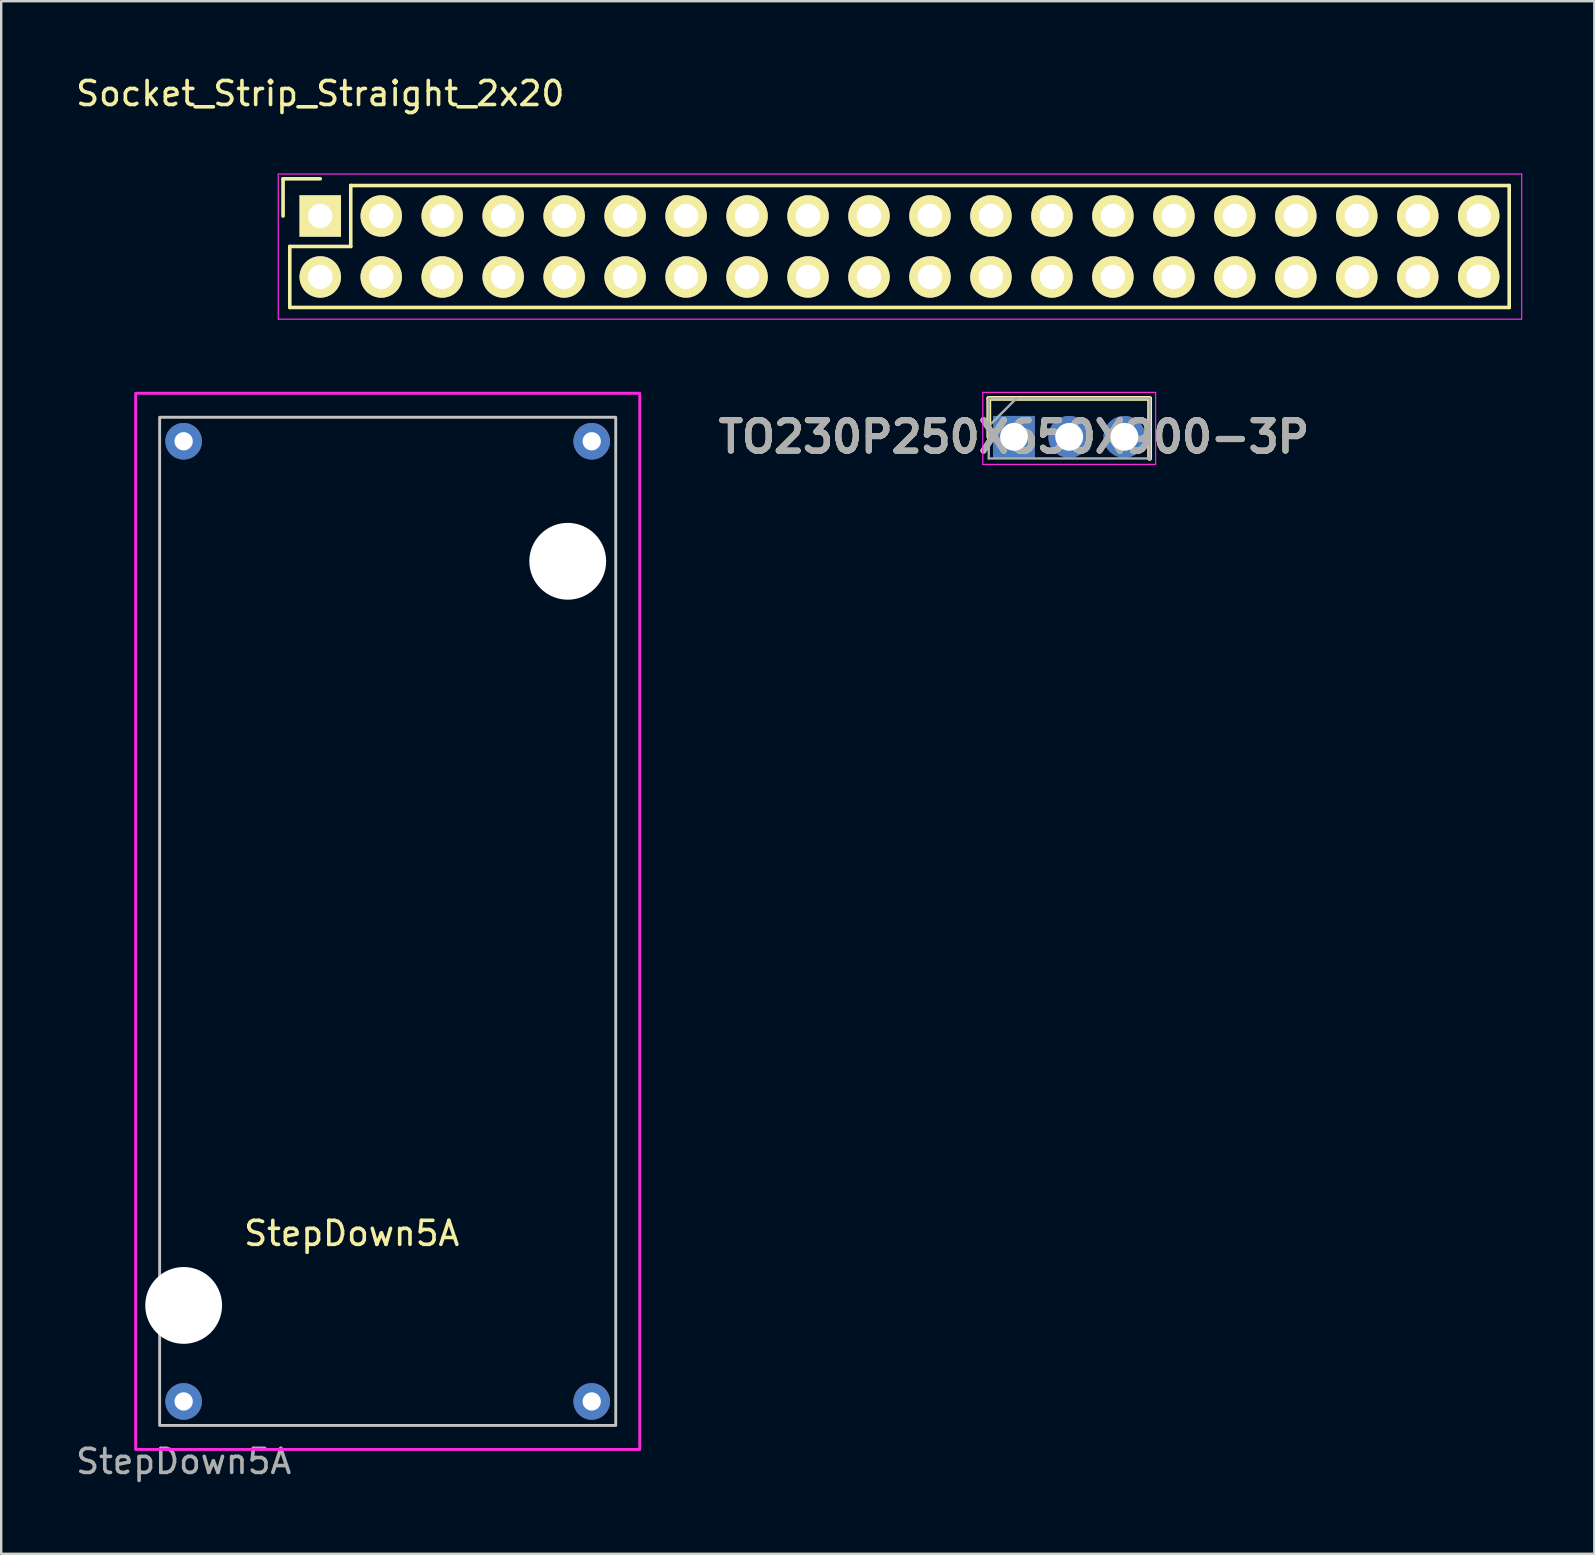
<source format=kicad_pcb>
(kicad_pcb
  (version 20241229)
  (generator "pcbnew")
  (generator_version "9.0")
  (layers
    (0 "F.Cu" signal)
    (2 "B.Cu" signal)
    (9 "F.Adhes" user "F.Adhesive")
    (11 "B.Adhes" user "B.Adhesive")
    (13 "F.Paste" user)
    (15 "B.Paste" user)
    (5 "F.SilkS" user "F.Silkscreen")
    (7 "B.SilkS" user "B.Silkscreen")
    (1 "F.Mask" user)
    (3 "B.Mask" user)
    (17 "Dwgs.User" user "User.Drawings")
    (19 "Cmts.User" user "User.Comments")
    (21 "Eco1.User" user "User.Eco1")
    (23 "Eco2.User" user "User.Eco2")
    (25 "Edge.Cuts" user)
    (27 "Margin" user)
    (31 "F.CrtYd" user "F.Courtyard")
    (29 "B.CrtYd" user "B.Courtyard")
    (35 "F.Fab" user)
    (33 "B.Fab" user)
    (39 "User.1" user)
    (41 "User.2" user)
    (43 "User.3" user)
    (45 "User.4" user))
  (footprint "StepDown5A"
    (layer "F.Cu")
    (at 4.601 55.333)
    (property "Reference" "StepDown5A" (at 7 -7 0) (unlocked yes) (layer "F.SilkS") (effects (font (size 1 1) (thickness 0.15))))
    (attr through_hole)
    (fp_rect (start -1 1) (end 18 -41) (stroke (width 0.12) (type solid)) (fill no) (layer "Dwgs.User"))
    (fp_rect (start -2 2) (end 19 -42) (stroke (width 0.12) (type solid)) (fill no) (layer "F.CrtYd"))
    (fp_text user "${REFERENCE}" (at 0 2.5 0) (unlocked yes) (layer "F.Fab") (effects (font (size 1 1) (thickness 0.15))))
    (pad "" np_thru_hole circle (at 0 -4) (size 3.2 3.2) (drill 3.2) (layers "*.Cu" "*.Mask"))
    (pad "" np_thru_hole circle (at 16 -35) (size 3.2 3.2) (drill 3.2) (layers "*.Cu" "*.Mask"))
    (pad "1" thru_hole circle (at 0 0) (size 1.524 1.524) (drill 0.762) (layers "*.Cu" "*.Mask"))
    (pad "2" thru_hole circle (at 17 -40) (size 1.524 1.524) (drill 0.762) (layers "*.Cu" "*.Mask"))
    (pad "2" thru_hole circle (at 17 0) (size 1.524 1.524) (drill 0.762) (layers "*.Cu" "*.Mask"))
    (pad "3" thru_hole circle (at 0 -40) (size 1.524 1.524) (drill 0.762) (layers "*.Cu" "*.Mask")))
  (footprint "TO230P250X650X900-3P"
    (layer "F.Cu")
    (at 39.192 15.148)
    (property "Reference" "TO230P250X650X900-3P" (at 0 0 0) (layer "F.SilkS") (effects (font (size 1.27 1.27) (thickness 0.254))))
    (attr through_hole)
    (fp_line (start -1.05 -1.6) (end -1.05 0) (stroke (width 0.2) (type solid)) (layer "F.SilkS"))
    (fp_line (start 5.65 -1.6) (end -1.05 -1.6) (stroke (width 0.2) (type solid)) (layer "F.SilkS"))
    (fp_line (start 5.65 0.9) (end 5.65 -1.6) (stroke (width 0.2) (type solid)) (layer "F.SilkS"))
    (fp_line (start -1.3 -1.85) (end 5.9 -1.85) (stroke (width 0.05) (type solid)) (layer "F.CrtYd"))
    (fp_line (start -1.3 1.15) (end -1.3 -1.85) (stroke (width 0.05) (type solid)) (layer "F.CrtYd"))
    (fp_line (start 5.9 -1.85) (end 5.9 1.15) (stroke (width 0.05) (type solid)) (layer "F.CrtYd"))
    (fp_line (start 5.9 1.15) (end -1.3 1.15) (stroke (width 0.05) (type solid)) (layer "F.CrtYd"))
    (fp_line (start -1.05 -1.6) (end 5.65 -1.6) (stroke (width 0.1) (type solid)) (layer "F.Fab"))
    (fp_line (start -1.05 -0.45) (end 0.1 -1.6) (stroke (width 0.1) (type solid)) (layer "F.Fab"))
    (fp_line (start -1.05 0.9) (end -1.05 -1.6) (stroke (width 0.1) (type solid)) (layer "F.Fab"))
    (fp_line (start 5.65 -1.6) (end 5.65 0.9) (stroke (width 0.1) (type solid)) (layer "F.Fab"))
    (fp_line (start 5.65 0.9) (end -1.05 0.9) (stroke (width 0.1) (type solid)) (layer "F.Fab"))
    (fp_text user "${REFERENCE}" (at 0 0 0) (layer "F.Fab") (effects (font (size 1.27 1.27) (thickness 0.254))))
    (pad "1" thru_hole rect (at 0 0) (size 1.74 1.74) (drill 1.16) (layers "*.Cu" "*.Mask"))
    (pad "2" thru_hole circle (at 2.3 0) (size 1.74 1.74) (drill 1.16) (layers "*.Cu" "*.Mask"))
    (pad "3" thru_hole circle (at 4.6 0) (size 1.74 1.74) (drill 1.16) (layers "*.Cu" "*.Mask")))
  (footprint "Socket_Strip_Straight_2x20"
    (layer "F.Cu")
    (at 10.292 5.948)
    (property "Reference" "Socket_Strip_Straight_2x20" (at 0 -5.1 0) (layer "F.SilkS") (effects (font (size 1 1) (thickness 0.15))))
    (attr through_hole)
    (fp_line (start -1.55 -1.55) (end -1.55 0) (stroke (width 0.15) (type solid)) (layer "F.SilkS"))
    (fp_line (start -1.27 1.27) (end 1.27 1.27) (stroke (width 0.15) (type solid)) (layer "F.SilkS"))
    (fp_line (start -1.27 3.81) (end -1.27 1.27) (stroke (width 0.15) (type solid)) (layer "F.SilkS"))
    (fp_line (start 0 -1.55) (end -1.55 -1.55) (stroke (width 0.15) (type solid)) (layer "F.SilkS"))
    (fp_line (start 1.27 -1.27) (end 49.53 -1.27) (stroke (width 0.15) (type solid)) (layer "F.SilkS"))
    (fp_line (start 1.27 1.27) (end 1.27 -1.27) (stroke (width 0.15) (type solid)) (layer "F.SilkS"))
    (fp_line (start 49.53 3.81) (end -1.27 3.81) (stroke (width 0.15) (type solid)) (layer "F.SilkS"))
    (fp_line (start 49.53 3.81) (end 49.53 -1.27) (stroke (width 0.15) (type solid)) (layer "F.SilkS"))
    (fp_line (start -1.75 -1.75) (end -1.75 4.3) (stroke (width 0.05) (type solid)) (layer "F.CrtYd"))
    (fp_line (start -1.75 -1.75) (end 50.05 -1.75) (stroke (width 0.05) (type solid)) (layer "F.CrtYd"))
    (fp_line (start -1.75 4.3) (end 50.05 4.3) (stroke (width 0.05) (type solid)) (layer "F.CrtYd"))
    (fp_line (start 50.05 -1.75) (end 50.05 4.3) (stroke (width 0.05) (type solid)) (layer "F.CrtYd"))
    (pad "1" thru_hole rect (at 0 0) (size 1.727 1.727) (drill 1.016) (layers "*.Cu" "*.Mask" "F.SilkS"))
    (pad "2" thru_hole oval (at 0 2.54) (size 1.727 1.727) (drill 1.016) (layers "*.Cu" "*.Mask" "F.SilkS"))
    (pad "3" thru_hole oval (at 2.54 0) (size 1.727 1.727) (drill 1.016) (layers "*.Cu" "*.Mask" "F.SilkS"))
    (pad "4" thru_hole oval (at 2.54 2.54) (size 1.727 1.727) (drill 1.016) (layers "*.Cu" "*.Mask" "F.SilkS"))
    (pad "5" thru_hole oval (at 5.08 0) (size 1.727 1.727) (drill 1.016) (layers "*.Cu" "*.Mask" "F.SilkS"))
    (pad "6" thru_hole oval (at 5.08 2.54) (size 1.727 1.727) (drill 1.016) (layers "*.Cu" "*.Mask" "F.SilkS"))
    (pad "7" thru_hole oval (at 7.62 0) (size 1.727 1.727) (drill 1.016) (layers "*.Cu" "*.Mask" "F.SilkS"))
    (pad "8" thru_hole oval (at 7.62 2.54) (size 1.727 1.727) (drill 1.016) (layers "*.Cu" "*.Mask" "F.SilkS"))
    (pad "9" thru_hole oval (at 10.16 0) (size 1.727 1.727) (drill 1.016) (layers "*.Cu" "*.Mask" "F.SilkS"))
    (pad "10" thru_hole oval (at 10.16 2.54) (size 1.727 1.727) (drill 1.016) (layers "*.Cu" "*.Mask" "F.SilkS"))
    (pad "11" thru_hole oval (at 12.7 0) (size 1.727 1.727) (drill 1.016) (layers "*.Cu" "*.Mask" "F.SilkS"))
    (pad "12" thru_hole oval (at 12.7 2.54) (size 1.727 1.727) (drill 1.016) (layers "*.Cu" "*.Mask" "F.SilkS"))
    (pad "13" thru_hole oval (at 15.24 0) (size 1.727 1.727) (drill 1.016) (layers "*.Cu" "*.Mask" "F.SilkS"))
    (pad "14" thru_hole oval (at 15.24 2.54) (size 1.727 1.727) (drill 1.016) (layers "*.Cu" "*.Mask" "F.SilkS"))
    (pad "15" thru_hole oval (at 17.78 0) (size 1.727 1.727) (drill 1.016) (layers "*.Cu" "*.Mask" "F.SilkS"))
    (pad "16" thru_hole oval (at 17.78 2.54) (size 1.727 1.727) (drill 1.016) (layers "*.Cu" "*.Mask" "F.SilkS"))
    (pad "17" thru_hole oval (at 20.32 0) (size 1.727 1.727) (drill 1.016) (layers "*.Cu" "*.Mask" "F.SilkS"))
    (pad "18" thru_hole oval (at 20.32 2.54) (size 1.727 1.727) (drill 1.016) (layers "*.Cu" "*.Mask" "F.SilkS"))
    (pad "19" thru_hole oval (at 22.86 0) (size 1.727 1.727) (drill 1.016) (layers "*.Cu" "*.Mask" "F.SilkS"))
    (pad "20" thru_hole oval (at 22.86 2.54) (size 1.727 1.727) (drill 1.016) (layers "*.Cu" "*.Mask" "F.SilkS"))
    (pad "21" thru_hole oval (at 25.4 0) (size 1.727 1.727) (drill 1.016) (layers "*.Cu" "*.Mask" "F.SilkS"))
    (pad "22" thru_hole oval (at 25.4 2.54) (size 1.727 1.727) (drill 1.016) (layers "*.Cu" "*.Mask" "F.SilkS"))
    (pad "23" thru_hole oval (at 27.94 0) (size 1.727 1.727) (drill 1.016) (layers "*.Cu" "*.Mask" "F.SilkS"))
    (pad "24" thru_hole oval (at 27.94 2.54) (size 1.727 1.727) (drill 1.016) (layers "*.Cu" "*.Mask" "F.SilkS"))
    (pad "25" thru_hole oval (at 30.48 0) (size 1.727 1.727) (drill 1.016) (layers "*.Cu" "*.Mask" "F.SilkS"))
    (pad "26" thru_hole oval (at 30.48 2.54) (size 1.727 1.727) (drill 1.016) (layers "*.Cu" "*.Mask" "F.SilkS"))
    (pad "27" thru_hole oval (at 33.02 0) (size 1.727 1.727) (drill 1.016) (layers "*.Cu" "*.Mask" "F.SilkS"))
    (pad "28" thru_hole oval (at 33.02 2.54) (size 1.727 1.727) (drill 1.016) (layers "*.Cu" "*.Mask" "F.SilkS"))
    (pad "29" thru_hole oval (at 35.56 0) (size 1.727 1.727) (drill 1.016) (layers "*.Cu" "*.Mask" "F.SilkS"))
    (pad "30" thru_hole oval (at 35.56 2.54) (size 1.727 1.727) (drill 1.016) (layers "*.Cu" "*.Mask" "F.SilkS"))
    (pad "31" thru_hole oval (at 38.1 0) (size 1.727 1.727) (drill 1.016) (layers "*.Cu" "*.Mask" "F.SilkS"))
    (pad "32" thru_hole oval (at 38.1 2.54) (size 1.727 1.727) (drill 1.016) (layers "*.Cu" "*.Mask" "F.SilkS"))
    (pad "33" thru_hole oval (at 40.64 0) (size 1.727 1.727) (drill 1.016) (layers "*.Cu" "*.Mask" "F.SilkS"))
    (pad "34" thru_hole oval (at 40.64 2.54) (size 1.727 1.727) (drill 1.016) (layers "*.Cu" "*.Mask" "F.SilkS"))
    (pad "35" thru_hole oval (at 43.18 0) (size 1.727 1.727) (drill 1.016) (layers "*.Cu" "*.Mask" "F.SilkS"))
    (pad "36" thru_hole oval (at 43.18 2.54) (size 1.727 1.727) (drill 1.016) (layers "*.Cu" "*.Mask" "F.SilkS"))
    (pad "37" thru_hole oval (at 45.72 0) (size 1.727 1.727) (drill 1.016) (layers "*.Cu" "*.Mask" "F.SilkS"))
    (pad "38" thru_hole oval (at 45.72 2.54) (size 1.727 1.727) (drill 1.016) (layers "*.Cu" "*.Mask" "F.SilkS"))
    (pad "39" thru_hole oval (at 48.26 0) (size 1.727 1.727) (drill 1.016) (layers "*.Cu" "*.Mask" "F.SilkS"))
    (pad "40" thru_hole oval (at 48.26 2.54) (size 1.727 1.727) (drill 1.016) (layers "*.Cu" "*.Mask" "F.SilkS")))
  (gr_rect
    (start -3 -3)
    (end 63.367 61.681)
    (stroke (width 0.1) (type default))
    (fill no)
    (layer "Edge.Cuts")))
</source>
